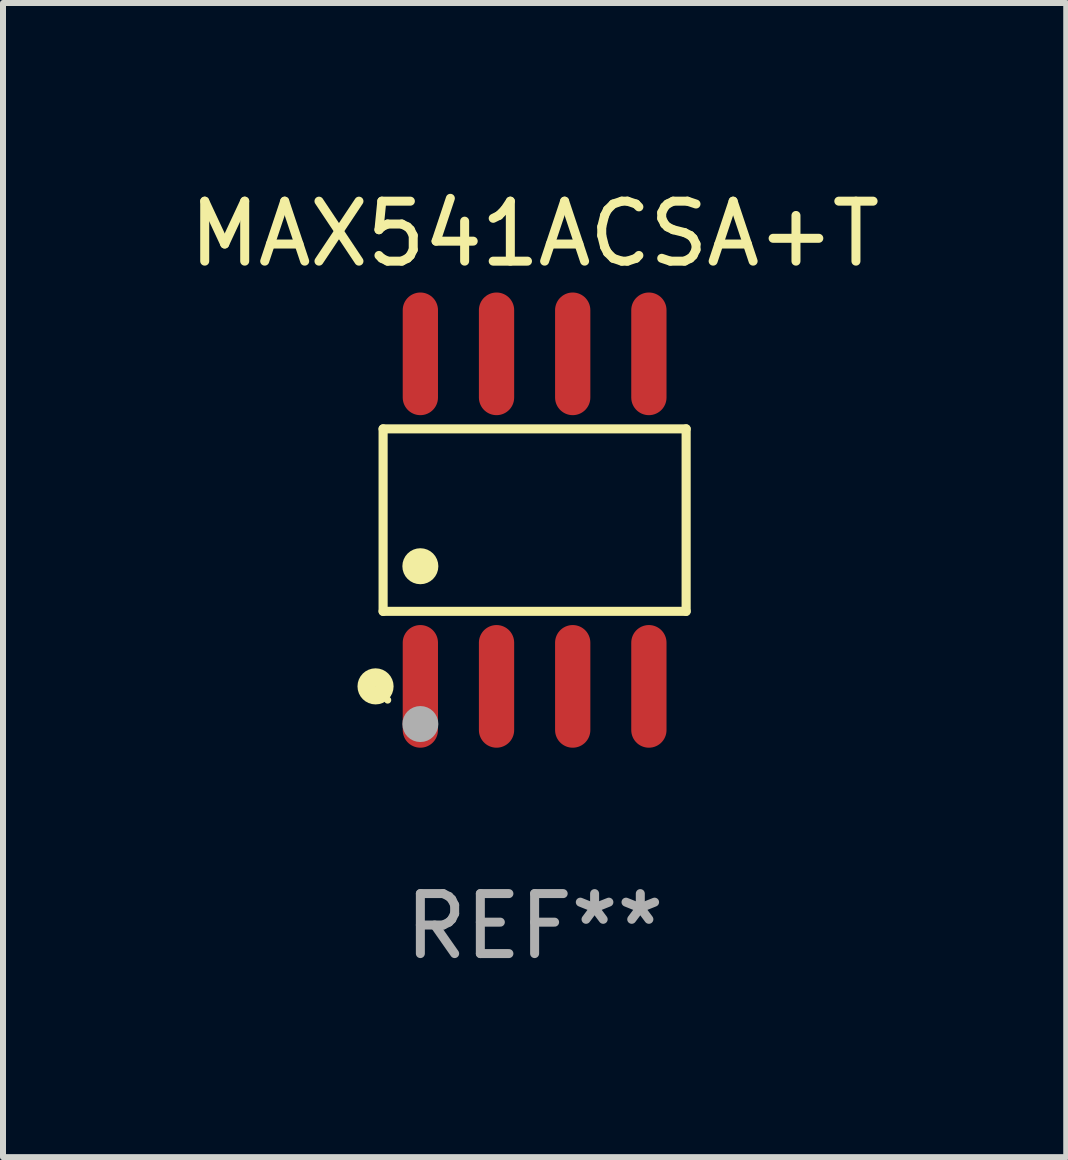
<source format=kicad_pcb>
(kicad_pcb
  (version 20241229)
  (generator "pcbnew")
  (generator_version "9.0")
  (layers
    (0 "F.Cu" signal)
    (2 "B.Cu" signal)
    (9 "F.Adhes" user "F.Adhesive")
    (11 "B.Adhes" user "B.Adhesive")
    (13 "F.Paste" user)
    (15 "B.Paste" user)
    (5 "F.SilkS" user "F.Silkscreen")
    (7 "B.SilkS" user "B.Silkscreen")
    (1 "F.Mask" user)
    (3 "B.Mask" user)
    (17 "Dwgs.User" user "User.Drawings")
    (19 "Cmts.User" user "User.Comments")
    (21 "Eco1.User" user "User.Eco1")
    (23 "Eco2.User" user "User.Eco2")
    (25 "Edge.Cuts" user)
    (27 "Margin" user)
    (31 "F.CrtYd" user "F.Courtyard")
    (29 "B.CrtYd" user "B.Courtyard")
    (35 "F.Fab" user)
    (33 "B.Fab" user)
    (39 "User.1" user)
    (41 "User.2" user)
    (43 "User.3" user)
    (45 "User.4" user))
  (footprint "MAX541ACSA+T"
    (layer "F.Cu")
    (at 5.863 5.621)
    (property "Reference" "MAX541ACSA+T" (at 0 -4.772 0) (layer "F.SilkS") (effects (font (size 1 1) (thickness 0.15))))
    (attr through_hole)
    (fp_line (start -2.526 -1.521) (end 2.526 -1.521) (stroke (width 0.152) (type solid)) (layer "F.SilkS"))
    (fp_line (start -2.526 1.521) (end -2.526 -1.521) (stroke (width 0.152) (type solid)) (layer "F.SilkS"))
    (fp_line (start 2.526 -1.521) (end 2.526 1.521) (stroke (width 0.152) (type solid)) (layer "F.SilkS"))
    (fp_line (start 2.526 1.521) (end -2.526 1.521) (stroke (width 0.152) (type solid)) (layer "F.SilkS"))
    (fp_circle (center -2.652 2.772) (end -2.501 2.772) (stroke (width 0.3) (type solid)) (fill no) (layer "F.SilkS"))
    (fp_circle (center -2.45 3) (end -2.42 3) (stroke (width 0.06) (type solid)) (fill no) (layer "F.SilkS"))
    (fp_circle (center -1.905 0.769) (end -1.755 0.769) (stroke (width 0.3) (type solid)) (fill no) (layer "F.SilkS"))
    (fp_circle (center -1.905 3.4) (end -1.755 3.4) (stroke (width 0.3) (type solid)) (fill no) (layer "F.Fab"))
    (fp_text user "REF**" (at 0 6.772 0) (layer "F.Fab") (effects (font (size 1 1) (thickness 0.15))))
    (pad "1" smd oval (at -1.905 2.772) (size 0.588 2.045) (layers "F.Cu" "F.Mask" "F.Paste"))
    (pad "2" smd oval (at -0.635 2.772) (size 0.588 2.045) (layers "F.Cu" "F.Mask" "F.Paste"))
    (pad "3" smd oval (at 0.635 2.772) (size 0.588 2.045) (layers "F.Cu" "F.Mask" "F.Paste"))
    (pad "4" smd oval (at 1.905 2.772) (size 0.588 2.045) (layers "F.Cu" "F.Mask" "F.Paste"))
    (pad "5" smd oval (at 1.905 -2.772) (size 0.588 2.045) (layers "F.Cu" "F.Mask" "F.Paste"))
    (pad "6" smd oval (at 0.635 -2.772) (size 0.588 2.045) (layers "F.Cu" "F.Mask" "F.Paste"))
    (pad "7" smd oval (at -0.635 -2.772) (size 0.588 2.045) (layers "F.Cu" "F.Mask" "F.Paste"))
    (pad "8" smd oval (at -1.905 -2.772) (size 0.588 2.045) (layers "F.Cu" "F.Mask" "F.Paste")))
  (gr_rect
    (start -3 -3)
    (end 14.726 16.241)
    (stroke (width 0.1) (type default))
    (fill no)
    (layer "Edge.Cuts")))
</source>
